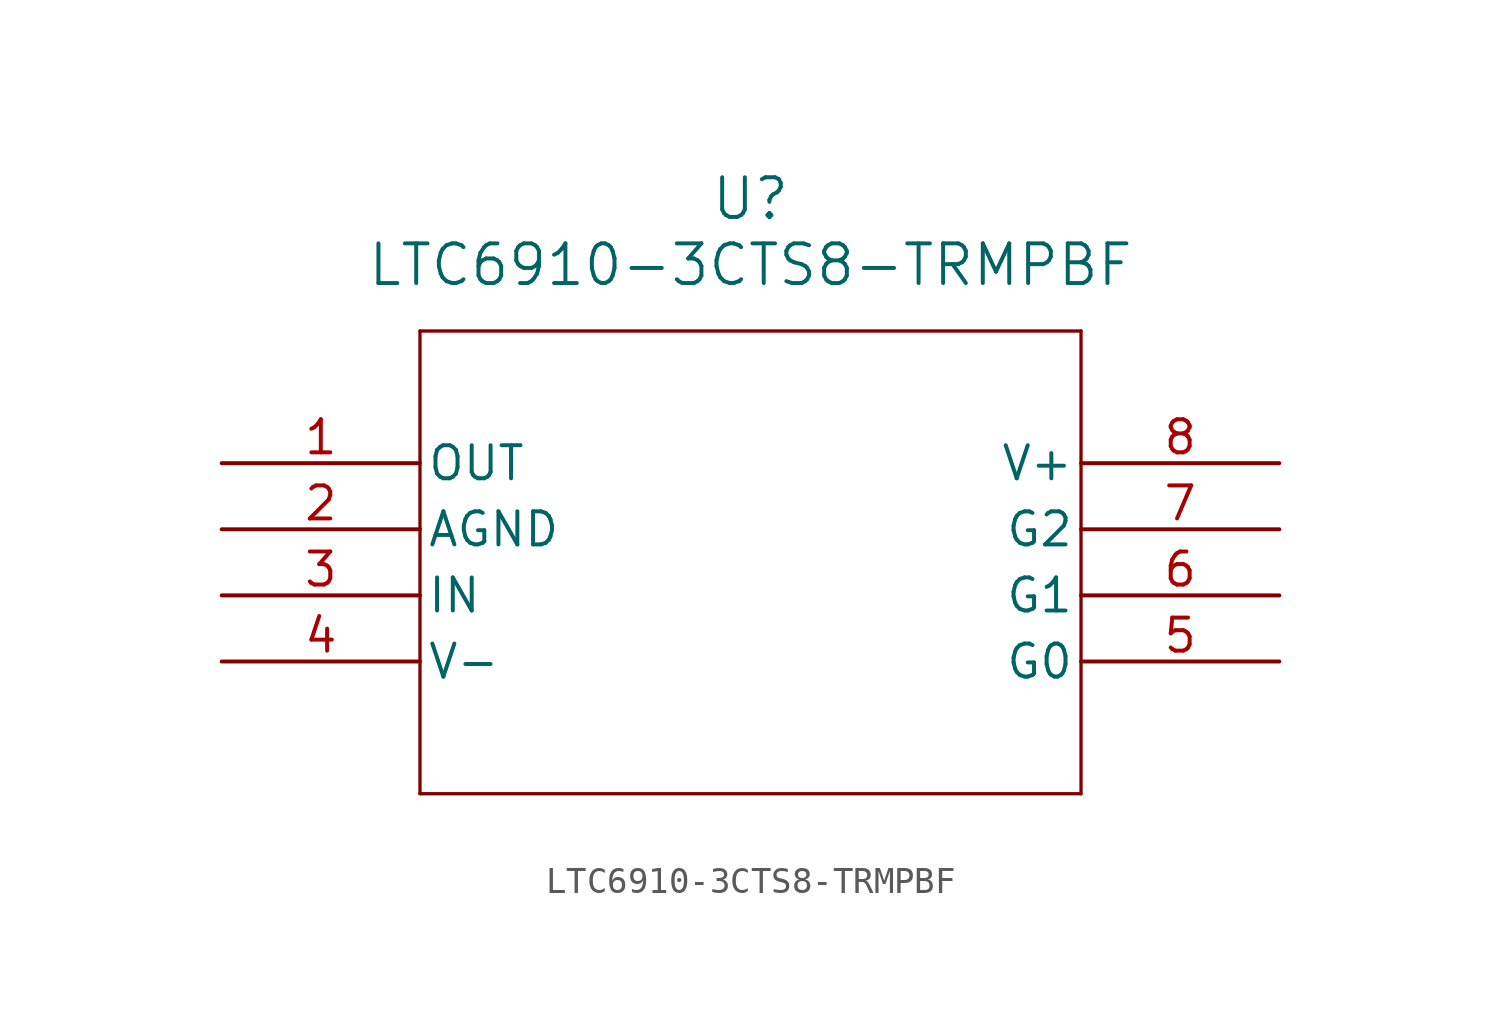
<source format=kicad_sym>
(kicad_symbol_lib
  (version 20211014)
  (generator kicad_symbol_editor)
  (symbol "LTC6910-3CTS8-TRMPBF"
    (pin_names
      (offset 0.254))
    (property "Reference" "U"
      (at 20.32 10.16 0)
      (effects (font (size 1.524 1.524))))
    (property "Value" "LTC6910-3CTS8-TRMPBF"
      (at 20.32 7.62 0)
      (effects (font (size 1.524 1.524))))
    (symbol "LTC6910-3CTS8-TRMPBF_0_1"
      (polyline (pts (xy 7.62 5.08) (xy 7.62 -12.7)) (stroke (width 0.127) (type default) (color 0 0 0 0)) (fill (type none)))
      (polyline (pts (xy 7.62 -12.7) (xy 33.02 -12.7)) (stroke (width 0.127) (type default) (color 0 0 0 0)) (fill (type none)))
      (polyline (pts (xy 33.02 -12.7) (xy 33.02 5.08)) (stroke (width 0.127) (type default) (color 0 0 0 0)) (fill (type none)))
      (polyline (pts (xy 33.02 5.08) (xy 7.62 5.08)) (stroke (width 0.127) (type default) (color 0 0 0 0)) (fill (type none)))
      (pin output line (at 0 0 0) (length 7.62) (name "OUT" (effects (font (size 1.27 1.27)))) (number "1" (effects (font (size 1.27 1.27)))))
      (pin power_in line (at 0 -2.54 0) (length 7.62) (name "AGND" (effects (font (size 1.27 1.27)))) (number "2" (effects (font (size 1.27 1.27)))))
      (pin input line (at 0 -5.08 0) (length 7.62) (name "IN" (effects (font (size 1.27 1.27)))) (number "3" (effects (font (size 1.27 1.27)))))
      (pin power_in line (at 0 -7.62 0) (length 7.62) (name "V-" (effects (font (size 1.27 1.27)))) (number "4" (effects (font (size 1.27 1.27)))))
      (pin input line (at 40.64 -7.62 180) (length 7.62) (name "G0" (effects (font (size 1.27 1.27)))) (number "5" (effects (font (size 1.27 1.27)))))
      (pin input line (at 40.64 -5.08 180) (length 7.62) (name "G1" (effects (font (size 1.27 1.27)))) (number "6" (effects (font (size 1.27 1.27)))))
      (pin input line (at 40.64 -2.54 180) (length 7.62) (name "G2" (effects (font (size 1.27 1.27)))) (number "7" (effects (font (size 1.27 1.27)))))
      (pin power_in line (at 40.64 0 180) (length 7.62) (name "V+" (effects (font (size 1.27 1.27)))) (number "8" (effects (font (size 1.27 1.27))))))))
</source>
